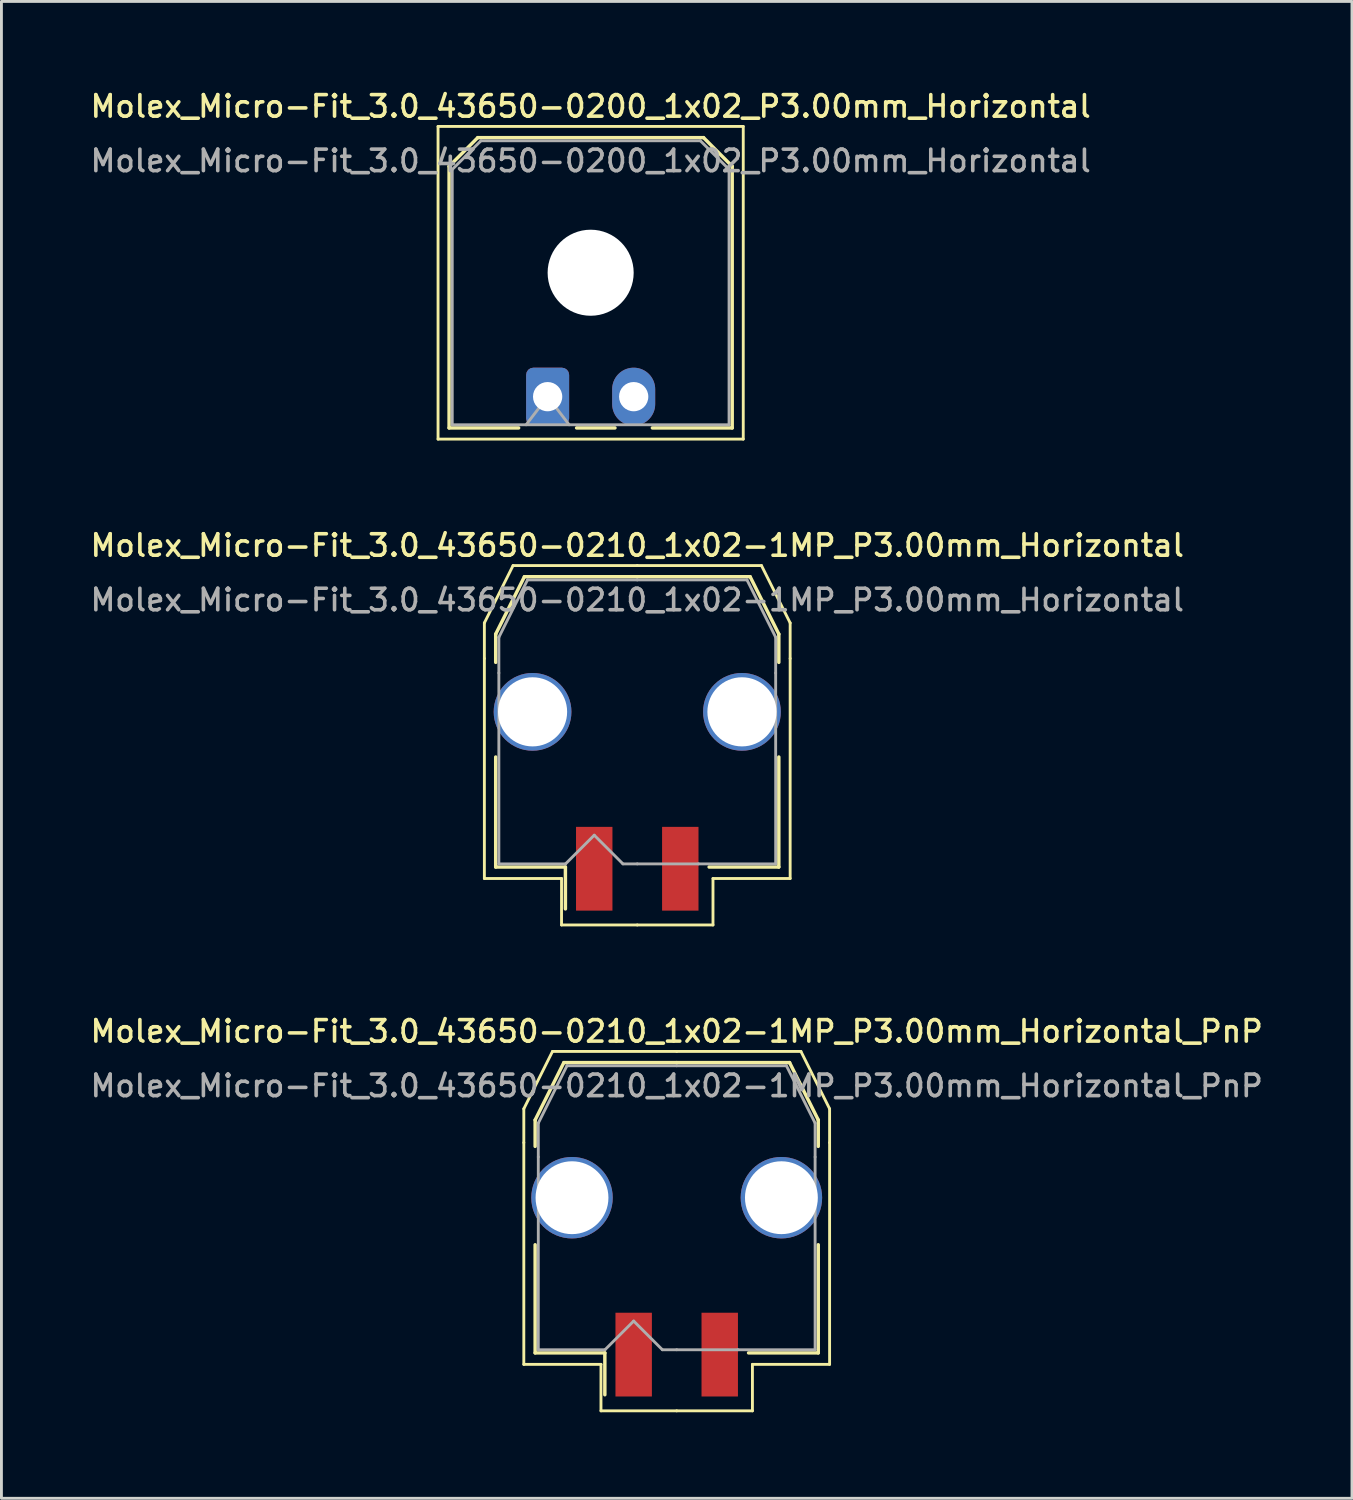
<source format=kicad_pcb>
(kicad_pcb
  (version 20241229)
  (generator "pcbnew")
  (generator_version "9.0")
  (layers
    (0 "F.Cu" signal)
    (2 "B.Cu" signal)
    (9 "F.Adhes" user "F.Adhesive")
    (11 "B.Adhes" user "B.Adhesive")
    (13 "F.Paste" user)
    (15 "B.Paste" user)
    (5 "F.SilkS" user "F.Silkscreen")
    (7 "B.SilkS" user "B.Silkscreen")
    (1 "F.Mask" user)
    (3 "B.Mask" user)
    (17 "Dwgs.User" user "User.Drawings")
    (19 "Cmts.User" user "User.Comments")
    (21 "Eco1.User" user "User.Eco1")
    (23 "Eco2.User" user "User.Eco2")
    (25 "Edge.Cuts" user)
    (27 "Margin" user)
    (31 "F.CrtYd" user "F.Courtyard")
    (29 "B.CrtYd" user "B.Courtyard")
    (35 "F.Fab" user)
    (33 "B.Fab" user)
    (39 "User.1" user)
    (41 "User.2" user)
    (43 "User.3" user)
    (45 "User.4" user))
  (footprint "Molex_Micro-Fit_3.0_43650-0210_1x02-1MP_P3.00mm_Horizontal"
    (layer "F.Cu")
    (at 19.166 22.116)
    (property "Reference" "Molex_Micro-Fit_3.0_43650-0210_1x02-1MP_P3.00mm_Horizontal" (at 0 -6.15 0) (layer "F.SilkS") (effects (font (size 0.75 0.75) (thickness 0.125))))
    (attr smd)
    (fp_line (start -5.33 -3.45) (end -5.33 -2.21) (stroke (width 0.1) (type solid)) (layer "F.SilkS"))
    (fp_line (start -5.33 -2.21) (end -5.33 5.46) (stroke (width 0.1) (type solid)) (layer "F.SilkS"))
    (fp_line (start -5.33 5.46) (end -2.64 5.46) (stroke (width 0.1) (type solid)) (layer "F.SilkS"))
    (fp_line (start -4.935 -3.06) (end -4.935 -2.075) (stroke (width 0.12) (type solid)) (layer "F.SilkS"))
    (fp_line (start -4.935 1.225) (end -4.935 5.06) (stroke (width 0.12) (type solid)) (layer "F.SilkS"))
    (fp_line (start -4.935 5.06) (end -2.505 5.06) (stroke (width 0.12) (type solid)) (layer "F.SilkS"))
    (fp_line (start -4.33 -5.45) (end -5.33 -3.45) (stroke (width 0.1) (type solid)) (layer "F.SilkS"))
    (fp_line (start -3.935 -5.06) (end -4.935 -3.06) (stroke (width 0.12) (type solid)) (layer "F.SilkS"))
    (fp_line (start -2.64 5.46) (end -2.64 7.08) (stroke (width 0.1) (type solid)) (layer "F.SilkS"))
    (fp_line (start -2.64 7.08) (end 0 7.08) (stroke (width 0.1) (type solid)) (layer "F.SilkS"))
    (fp_line (start -2.505 5.06) (end -2.505 6.52) (stroke (width 0.12) (type solid)) (layer "F.SilkS"))
    (fp_line (start 0 -5.45) (end -4.33 -5.45) (stroke (width 0.1) (type solid)) (layer "F.SilkS"))
    (fp_line (start 0 -5.45) (end 4.33 -5.45) (stroke (width 0.1) (type solid)) (layer "F.SilkS"))
    (fp_line (start 0 -5.06) (end -3.935 -5.06) (stroke (width 0.12) (type solid)) (layer "F.SilkS"))
    (fp_line (start 0 -5.06) (end 3.935 -5.06) (stroke (width 0.12) (type solid)) (layer "F.SilkS"))
    (fp_line (start 2.64 5.46) (end 2.64 7.08) (stroke (width 0.1) (type solid)) (layer "F.SilkS"))
    (fp_line (start 2.64 7.08) (end 0 7.08) (stroke (width 0.1) (type solid)) (layer "F.SilkS"))
    (fp_line (start 3.935 -5.06) (end 4.935 -3.06) (stroke (width 0.12) (type solid)) (layer "F.SilkS"))
    (fp_line (start 4.33 -5.45) (end 5.33 -3.45) (stroke (width 0.1) (type solid)) (layer "F.SilkS"))
    (fp_line (start 4.935 -3.06) (end 4.935 -2.075) (stroke (width 0.12) (type solid)) (layer "F.SilkS"))
    (fp_line (start 4.935 1.225) (end 4.935 5.06) (stroke (width 0.12) (type solid)) (layer "F.SilkS"))
    (fp_line (start 4.935 5.06) (end 2.505 5.06) (stroke (width 0.12) (type solid)) (layer "F.SilkS"))
    (fp_line (start 5.33 -3.45) (end 5.33 -2.21) (stroke (width 0.1) (type solid)) (layer "F.SilkS"))
    (fp_line (start 5.33 -2.21) (end 5.33 5.46) (stroke (width 0.1) (type solid)) (layer "F.SilkS"))
    (fp_line (start 5.33 5.46) (end 2.64 5.46) (stroke (width 0.1) (type solid)) (layer "F.SilkS"))
    (fp_line (start -4.825 -2.95) (end -4.825 -1.705) (stroke (width 0.1) (type solid)) (layer "F.Fab"))
    (fp_line (start -4.825 -1.705) (end -4.825 4.95) (stroke (width 0.1) (type solid)) (layer "F.Fab"))
    (fp_line (start -4.825 4.95) (end -2.5 4.95) (stroke (width 0.1) (type solid)) (layer "F.Fab"))
    (fp_line (start -3.825 -4.95) (end -4.825 -2.95) (stroke (width 0.1) (type solid)) (layer "F.Fab"))
    (fp_line (start -2.5 4.95) (end -1.5 3.95) (stroke (width 0.1) (type solid)) (layer "F.Fab"))
    (fp_line (start -1.5 3.95) (end -0.5 4.95) (stroke (width 0.1) (type solid)) (layer "F.Fab"))
    (fp_line (start -0.5 4.95) (end 0 4.95) (stroke (width 0.1) (type solid)) (layer "F.Fab"))
    (fp_line (start 0 -4.95) (end -3.825 -4.95) (stroke (width 0.1) (type solid)) (layer "F.Fab"))
    (fp_line (start 0 -4.95) (end 3.825 -4.95) (stroke (width 0.1) (type solid)) (layer "F.Fab"))
    (fp_line (start 2.135 4.95) (end 0 4.95) (stroke (width 0.1) (type solid)) (layer "F.Fab"))
    (fp_line (start 3.825 -4.95) (end 4.825 -2.95) (stroke (width 0.1) (type solid)) (layer "F.Fab"))
    (fp_line (start 4.825 -2.95) (end 4.825 -1.705) (stroke (width 0.1) (type solid)) (layer "F.Fab"))
    (fp_line (start 4.825 -1.705) (end 4.825 4.95) (stroke (width 0.1) (type solid)) (layer "F.Fab"))
    (fp_line (start 4.825 4.95) (end 2.135 4.95) (stroke (width 0.1) (type solid)) (layer "F.Fab"))
    (fp_text user "${REFERENCE}" (at 0 -4.25 0) (layer "F.Fab") (effects (font (size 0.75 0.75) (thickness 0.125))))
    (pad "1" smd rect (at -1.5 5.12) (size 1.27 2.92) (layers "F.Cu" "F.Mask" "F.Paste"))
    (pad "2" smd rect (at 1.5 5.12) (size 1.27 2.92) (layers "F.Cu" "F.Mask" "F.Paste"))
    (pad "MP" thru_hole circle (at -3.65 -0.35) (size 2.71 2.71) (drill 2.41) (property pad_prop_heatsink) (layers "*.Cu" "*.Mask"))
    (pad "MP" thru_hole circle (at 3.65 -0.35) (size 2.71 2.71) (drill 2.41) (property pad_prop_heatsink) (layers "*.Cu" "*.Mask")))
  (footprint "Molex_Micro-Fit_3.0_43650-0200_1x02_P3.00mm_Horizontal"
    (layer "F.Cu")
    (at 16.041 10.778)
    (property "Reference" "Molex_Micro-Fit_3.0_43650-0200_1x02_P3.00mm_Horizontal" (at 1.5 -10.12 0) (layer "F.SilkS") (effects (font (size 0.75 0.75) (thickness 0.125))))
    (attr through_hole)
    (fp_line (start -3.82 -9.42) (end 6.82 -9.42) (stroke (width 0.1) (type solid)) (layer "F.SilkS"))
    (fp_line (start -3.82 1.48) (end -3.82 -9.42) (stroke (width 0.1) (type solid)) (layer "F.SilkS"))
    (fp_line (start -3.435 -8.03) (end -2.435 -9.03) (stroke (width 0.12) (type solid)) (layer "F.SilkS"))
    (fp_line (start -3.435 1.09) (end -3.435 -8.03) (stroke (width 0.12) (type solid)) (layer "F.SilkS"))
    (fp_line (start -3.435 1.09) (end -1.01 1.09) (stroke (width 0.12) (type solid)) (layer "F.SilkS"))
    (fp_line (start -2.435 -9.03) (end 5.435 -9.03) (stroke (width 0.12) (type solid)) (layer "F.SilkS"))
    (fp_line (start 1.01 1.09) (end 2.348 1.09) (stroke (width 0.12) (type solid)) (layer "F.SilkS"))
    (fp_line (start 5.435 -9.03) (end 6.435 -8.03) (stroke (width 0.12) (type solid)) (layer "F.SilkS"))
    (fp_line (start 6.435 -8.03) (end 6.435 1.09) (stroke (width 0.12) (type solid)) (layer "F.SilkS"))
    (fp_line (start 6.435 1.09) (end 3.652 1.09) (stroke (width 0.12) (type solid)) (layer "F.SilkS"))
    (fp_line (start 6.82 -9.42) (end 6.82 1.48) (stroke (width 0.1) (type solid)) (layer "F.SilkS"))
    (fp_line (start 6.82 1.48) (end -3.82 1.48) (stroke (width 0.1) (type solid)) (layer "F.SilkS"))
    (fp_line (start -3.325 -7.92) (end -2.325 -8.92) (stroke (width 0.1) (type solid)) (layer "F.Fab"))
    (fp_line (start -3.325 0.98) (end -3.325 -7.92) (stroke (width 0.1) (type solid)) (layer "F.Fab"))
    (fp_line (start -2.325 -8.92) (end 5.325 -8.92) (stroke (width 0.1) (type solid)) (layer "F.Fab"))
    (fp_line (start -0.75 0.98) (end 0 0) (stroke (width 0.1) (type solid)) (layer "F.Fab"))
    (fp_line (start 0 0) (end 0.75 0.98) (stroke (width 0.1) (type solid)) (layer "F.Fab"))
    (fp_line (start 5.325 -8.92) (end 6.325 -7.92) (stroke (width 0.1) (type solid)) (layer "F.Fab"))
    (fp_line (start 6.325 -7.92) (end 6.325 0.98) (stroke (width 0.1) (type solid)) (layer "F.Fab"))
    (fp_line (start 6.325 0.98) (end -3.325 0.98) (stroke (width 0.1) (type solid)) (layer "F.Fab"))
    (fp_text user "${REFERENCE}" (at 1.5 -8.22 0) (layer "F.Fab") (effects (font (size 0.75 0.75) (thickness 0.125))))
    (pad "" np_thru_hole circle (at 1.5 -4.32) (size 3 3) (drill 3) (layers "*.Cu" "*.Mask"))
    (pad "1" thru_hole roundrect (at 0 0) (size 1.5 2.02) (drill 1.02) (layers "*.Cu" "*.Mask") (roundrect_rratio 0.167))
    (pad "2" thru_hole oval (at 3 0) (size 1.5 2.02) (drill 1.02) (layers "*.Cu" "*.Mask")))
  (footprint "Molex_Micro-Fit_3.0_43650-0210_1x02-1MP_P3.00mm_Horizontal_PnP"
    (layer "F.Cu")
    (at 20.541 39.054)
    (property "Reference" "Molex_Micro-Fit_3.0_43650-0210_1x02-1MP_P3.00mm_Horizontal_PnP" (at 0 -6.15 0) (layer "F.SilkS") (effects (font (size 0.75 0.75) (thickness 0.125))))
    (attr smd)
    (fp_line (start -5.33 -3.45) (end -5.33 -2.27) (stroke (width 0.1) (type solid)) (layer "F.SilkS"))
    (fp_line (start -5.33 -2.27) (end -5.33 5.46) (stroke (width 0.1) (type solid)) (layer "F.SilkS"))
    (fp_line (start -5.33 5.46) (end -2.64 5.46) (stroke (width 0.1) (type solid)) (layer "F.SilkS"))
    (fp_line (start -4.935 -3.06) (end -4.935 -2.14) (stroke (width 0.12) (type solid)) (layer "F.SilkS"))
    (fp_line (start -4.935 1.29) (end -4.935 5.06) (stroke (width 0.12) (type solid)) (layer "F.SilkS"))
    (fp_line (start -4.935 5.06) (end -2.505 5.06) (stroke (width 0.12) (type solid)) (layer "F.SilkS"))
    (fp_line (start -4.33 -5.45) (end -5.33 -3.45) (stroke (width 0.1) (type solid)) (layer "F.SilkS"))
    (fp_line (start -3.935 -5.06) (end -4.935 -3.06) (stroke (width 0.12) (type solid)) (layer "F.SilkS"))
    (fp_line (start -2.64 5.46) (end -2.64 7.08) (stroke (width 0.1) (type solid)) (layer "F.SilkS"))
    (fp_line (start -2.64 7.08) (end 0 7.08) (stroke (width 0.1) (type solid)) (layer "F.SilkS"))
    (fp_line (start -2.505 5.06) (end -2.505 6.52) (stroke (width 0.12) (type solid)) (layer "F.SilkS"))
    (fp_line (start 0 -5.45) (end -4.33 -5.45) (stroke (width 0.1) (type solid)) (layer "F.SilkS"))
    (fp_line (start 0 -5.45) (end 4.33 -5.45) (stroke (width 0.1) (type solid)) (layer "F.SilkS"))
    (fp_line (start 0 -5.06) (end -3.935 -5.06) (stroke (width 0.12) (type solid)) (layer "F.SilkS"))
    (fp_line (start 0 -5.06) (end 3.935 -5.06) (stroke (width 0.12) (type solid)) (layer "F.SilkS"))
    (fp_line (start 2.64 5.46) (end 2.64 7.08) (stroke (width 0.1) (type solid)) (layer "F.SilkS"))
    (fp_line (start 2.64 7.08) (end 0 7.08) (stroke (width 0.1) (type solid)) (layer "F.SilkS"))
    (fp_line (start 3.935 -5.06) (end 4.935 -3.06) (stroke (width 0.12) (type solid)) (layer "F.SilkS"))
    (fp_line (start 4.33 -5.45) (end 5.33 -3.45) (stroke (width 0.1) (type solid)) (layer "F.SilkS"))
    (fp_line (start 4.935 -3.06) (end 4.935 -2.14) (stroke (width 0.12) (type solid)) (layer "F.SilkS"))
    (fp_line (start 4.935 1.29) (end 4.935 5.06) (stroke (width 0.12) (type solid)) (layer "F.SilkS"))
    (fp_line (start 4.935 5.06) (end 2.505 5.06) (stroke (width 0.12) (type solid)) (layer "F.SilkS"))
    (fp_line (start 5.33 -3.45) (end 5.33 -2.27) (stroke (width 0.1) (type solid)) (layer "F.SilkS"))
    (fp_line (start 5.33 -2.27) (end 5.33 5.46) (stroke (width 0.1) (type solid)) (layer "F.SilkS"))
    (fp_line (start 5.33 5.46) (end 2.64 5.46) (stroke (width 0.1) (type solid)) (layer "F.SilkS"))
    (fp_line (start -4.825 -2.95) (end -4.825 -1.77) (stroke (width 0.1) (type solid)) (layer "F.Fab"))
    (fp_line (start -4.825 -1.77) (end -4.825 4.95) (stroke (width 0.1) (type solid)) (layer "F.Fab"))
    (fp_line (start -4.825 4.95) (end -2.5 4.95) (stroke (width 0.1) (type solid)) (layer "F.Fab"))
    (fp_line (start -3.825 -4.95) (end -4.825 -2.95) (stroke (width 0.1) (type solid)) (layer "F.Fab"))
    (fp_line (start -2.5 4.95) (end -1.5 3.95) (stroke (width 0.1) (type solid)) (layer "F.Fab"))
    (fp_line (start -1.5 3.95) (end -0.5 4.95) (stroke (width 0.1) (type solid)) (layer "F.Fab"))
    (fp_line (start -0.5 4.95) (end 0 4.95) (stroke (width 0.1) (type solid)) (layer "F.Fab"))
    (fp_line (start 0 -4.95) (end -3.825 -4.95) (stroke (width 0.1) (type solid)) (layer "F.Fab"))
    (fp_line (start 0 -4.95) (end 3.825 -4.95) (stroke (width 0.1) (type solid)) (layer "F.Fab"))
    (fp_line (start 2.135 4.95) (end 0 4.95) (stroke (width 0.1) (type solid)) (layer "F.Fab"))
    (fp_line (start 3.825 -4.95) (end 4.825 -2.95) (stroke (width 0.1) (type solid)) (layer "F.Fab"))
    (fp_line (start 4.825 -2.95) (end 4.825 -1.77) (stroke (width 0.1) (type solid)) (layer "F.Fab"))
    (fp_line (start 4.825 -1.77) (end 4.825 4.95) (stroke (width 0.1) (type solid)) (layer "F.Fab"))
    (fp_line (start 4.825 4.95) (end 2.135 4.95) (stroke (width 0.1) (type solid)) (layer "F.Fab"))
    (fp_text user "${REFERENCE}" (at 0 -4.25 0) (layer "F.Fab") (effects (font (size 0.75 0.75) (thickness 0.125))))
    (pad "1" smd rect (at -1.5 5.12) (size 1.27 2.92) (layers "F.Cu" "F.Mask" "F.Paste"))
    (pad "2" smd rect (at 1.5 5.12) (size 1.27 2.92) (layers "F.Cu" "F.Mask" "F.Paste"))
    (pad "MP" thru_hole circle (at -3.65 -0.35) (size 2.84 2.84) (drill 2.54) (property pad_prop_heatsink) (layers "*.Cu" "*.Mask"))
    (pad "MP" thru_hole circle (at 3.65 -0.35) (size 2.84 2.84) (drill 2.54) (property pad_prop_heatsink) (layers "*.Cu" "*.Mask")))
  (gr_rect
    (start -3 -3)
    (end 44.082 49.184)
    (stroke (width 0.1) (type default))
    (fill no)
    (layer "Edge.Cuts")))
</source>
